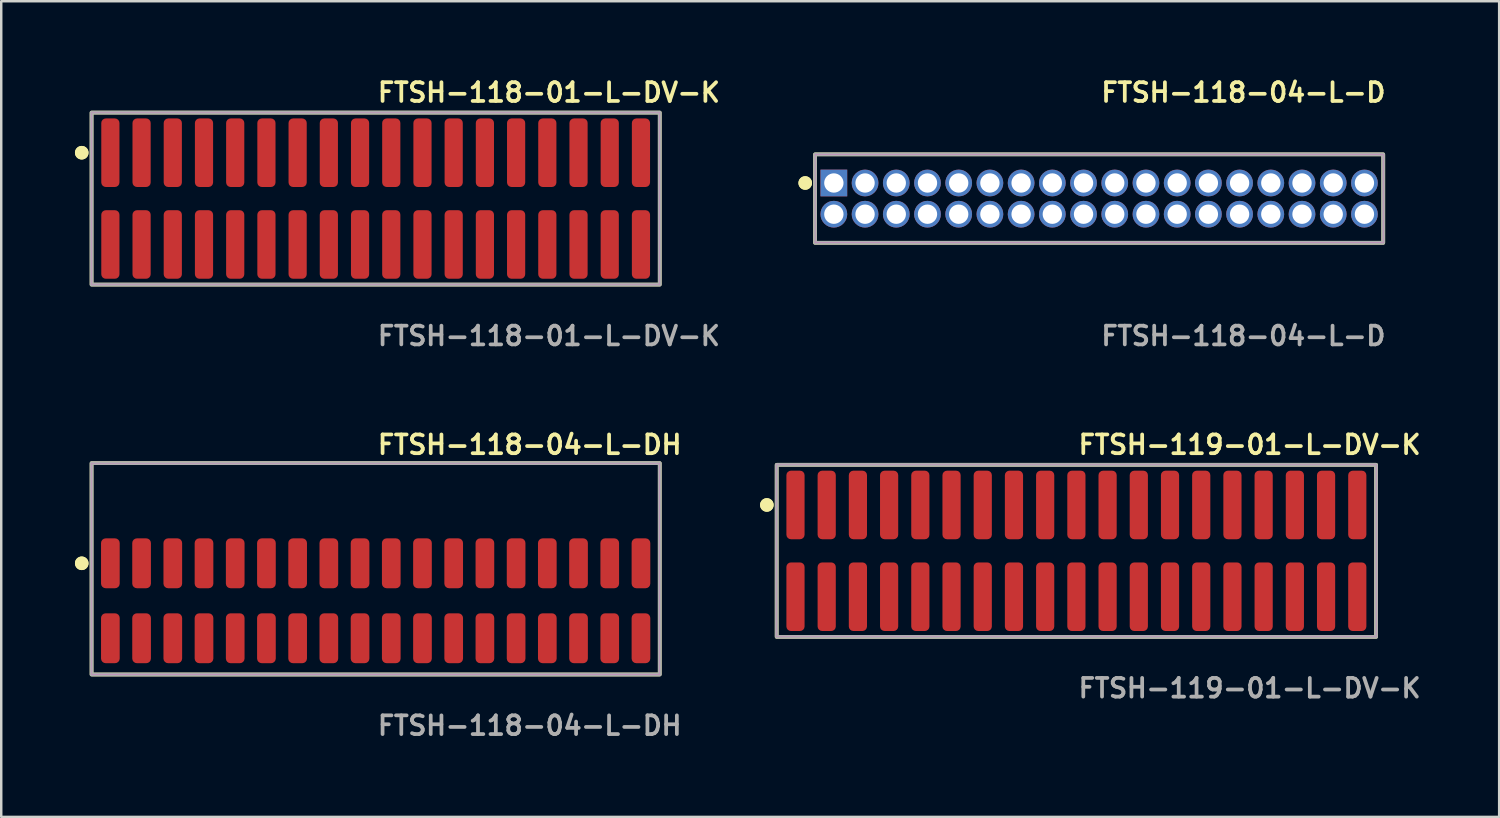
<source format=kicad_pcb>
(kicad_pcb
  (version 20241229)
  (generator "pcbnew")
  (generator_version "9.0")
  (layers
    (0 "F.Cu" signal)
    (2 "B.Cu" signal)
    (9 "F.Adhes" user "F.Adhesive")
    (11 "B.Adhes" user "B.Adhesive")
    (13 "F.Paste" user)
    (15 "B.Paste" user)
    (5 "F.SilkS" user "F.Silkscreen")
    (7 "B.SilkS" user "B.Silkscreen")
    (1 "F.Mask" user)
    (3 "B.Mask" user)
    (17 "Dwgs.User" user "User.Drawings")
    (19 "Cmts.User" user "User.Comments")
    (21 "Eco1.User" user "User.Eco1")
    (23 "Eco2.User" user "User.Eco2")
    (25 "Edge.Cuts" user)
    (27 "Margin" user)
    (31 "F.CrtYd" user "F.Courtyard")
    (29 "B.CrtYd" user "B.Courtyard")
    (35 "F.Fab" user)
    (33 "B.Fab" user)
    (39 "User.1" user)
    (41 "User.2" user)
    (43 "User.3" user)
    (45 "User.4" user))
  (footprint "FTSH-119-01-L-DV-K"
    (layer "F.Cu")
    (at 40.749 19.364)
    (property "Reference" "FTSH-119-01-L-DV-K" (at 0 -4.318 0) (unlocked yes) (layer "F.SilkS") (effects (font (size 0.762 0.762) (thickness 0.152)) (justify left)))
    (fp_rect (start -12.195 3.5) (end 12.195 -3.5) (stroke (width 0.152) (type solid)) (fill no) (layer "F.SilkS"))
    (fp_circle (center -12.595 -1.867) (end -12.795 -1.867) (stroke (width 0.152) (type solid)) (fill yes) (layer "F.SilkS"))
    (fp_circle (center -12.595 -1.867) (end -12.795 -1.867) (stroke (width 0.152) (type solid)) (fill yes) (layer "F.SilkS"))
    (fp_rect (start -12.195 3.5) (end 12.195 -3.5) (stroke (width 0.006) (type solid)) (fill no) (layer "F.CrtYd"))
    (fp_rect (start -12.195 3.5) (end 12.195 -3.5) (stroke (width 0.152) (type solid)) (fill no) (layer "F.Fab"))
    (fp_text user "${REFERENCE}" (at 0 5.588 0) (unlocked yes) (layer "F.Fab") (effects (font (size 0.762 0.762) (thickness 0.152)) (justify left)))
    (pad "1" smd roundrect (at -11.43 -1.867) (size 0.74 2.79) (layers "F.Cu" "F.Paste") (roundrect_rratio 0.25))
    (pad "2" smd roundrect (at -11.43 1.867) (size 0.74 2.79) (layers "F.Cu" "F.Paste") (roundrect_rratio 0.25))
    (pad "3" smd roundrect (at -10.16 -1.867) (size 0.74 2.79) (layers "F.Cu" "F.Paste") (roundrect_rratio 0.25))
    (pad "4" smd roundrect (at -10.16 1.867) (size 0.74 2.79) (layers "F.Cu" "F.Paste") (roundrect_rratio 0.25))
    (pad "5" smd roundrect (at -8.89 -1.867) (size 0.74 2.79) (layers "F.Cu" "F.Paste") (roundrect_rratio 0.25))
    (pad "6" smd roundrect (at -8.89 1.867) (size 0.74 2.79) (layers "F.Cu" "F.Paste") (roundrect_rratio 0.25))
    (pad "7" smd roundrect (at -7.62 -1.867) (size 0.74 2.79) (layers "F.Cu" "F.Paste") (roundrect_rratio 0.25))
    (pad "8" smd roundrect (at -7.62 1.867) (size 0.74 2.79) (layers "F.Cu" "F.Paste") (roundrect_rratio 0.25))
    (pad "9" smd roundrect (at -6.35 -1.867) (size 0.74 2.79) (layers "F.Cu" "F.Paste") (roundrect_rratio 0.25))
    (pad "10" smd roundrect (at -6.35 1.867) (size 0.74 2.79) (layers "F.Cu" "F.Paste") (roundrect_rratio 0.25))
    (pad "11" smd roundrect (at -5.08 -1.867) (size 0.74 2.79) (layers "F.Cu" "F.Paste") (roundrect_rratio 0.25))
    (pad "12" smd roundrect (at -5.08 1.867) (size 0.74 2.79) (layers "F.Cu" "F.Paste") (roundrect_rratio 0.25))
    (pad "13" smd roundrect (at -3.81 -1.867) (size 0.74 2.79) (layers "F.Cu" "F.Paste") (roundrect_rratio 0.25))
    (pad "14" smd roundrect (at -3.81 1.867) (size 0.74 2.79) (layers "F.Cu" "F.Paste") (roundrect_rratio 0.25))
    (pad "15" smd roundrect (at -2.54 -1.867) (size 0.74 2.79) (layers "F.Cu" "F.Paste") (roundrect_rratio 0.25))
    (pad "16" smd roundrect (at -2.54 1.867) (size 0.74 2.79) (layers "F.Cu" "F.Paste") (roundrect_rratio 0.25))
    (pad "17" smd roundrect (at -1.27 -1.867) (size 0.74 2.79) (layers "F.Cu" "F.Paste") (roundrect_rratio 0.25))
    (pad "18" smd roundrect (at -1.27 1.867) (size 0.74 2.79) (layers "F.Cu" "F.Paste") (roundrect_rratio 0.25))
    (pad "19" smd roundrect (at 0 -1.867) (size 0.74 2.79) (layers "F.Cu" "F.Paste") (roundrect_rratio 0.25))
    (pad "20" smd roundrect (at 0 1.867) (size 0.74 2.79) (layers "F.Cu" "F.Paste") (roundrect_rratio 0.25))
    (pad "21" smd roundrect (at 1.27 -1.867) (size 0.74 2.79) (layers "F.Cu" "F.Paste") (roundrect_rratio 0.25))
    (pad "22" smd roundrect (at 1.27 1.867) (size 0.74 2.79) (layers "F.Cu" "F.Paste") (roundrect_rratio 0.25))
    (pad "23" smd roundrect (at 2.54 -1.867) (size 0.74 2.79) (layers "F.Cu" "F.Paste") (roundrect_rratio 0.25))
    (pad "24" smd roundrect (at 2.54 1.867) (size 0.74 2.79) (layers "F.Cu" "F.Paste") (roundrect_rratio 0.25))
    (pad "25" smd roundrect (at 3.81 -1.867) (size 0.74 2.79) (layers "F.Cu" "F.Paste") (roundrect_rratio 0.25))
    (pad "26" smd roundrect (at 3.81 1.867) (size 0.74 2.79) (layers "F.Cu" "F.Paste") (roundrect_rratio 0.25))
    (pad "27" smd roundrect (at 5.08 -1.867) (size 0.74 2.79) (layers "F.Cu" "F.Paste") (roundrect_rratio 0.25))
    (pad "28" smd roundrect (at 5.08 1.867) (size 0.74 2.79) (layers "F.Cu" "F.Paste") (roundrect_rratio 0.25))
    (pad "29" smd roundrect (at 6.35 -1.867) (size 0.74 2.79) (layers "F.Cu" "F.Paste") (roundrect_rratio 0.25))
    (pad "30" smd roundrect (at 6.35 1.867) (size 0.74 2.79) (layers "F.Cu" "F.Paste") (roundrect_rratio 0.25))
    (pad "31" smd roundrect (at 7.62 -1.867) (size 0.74 2.79) (layers "F.Cu" "F.Paste") (roundrect_rratio 0.25))
    (pad "32" smd roundrect (at 7.62 1.867) (size 0.74 2.79) (layers "F.Cu" "F.Paste") (roundrect_rratio 0.25))
    (pad "33" smd roundrect (at 8.89 -1.867) (size 0.74 2.79) (layers "F.Cu" "F.Paste") (roundrect_rratio 0.25))
    (pad "34" smd roundrect (at 8.89 1.867) (size 0.74 2.79) (layers "F.Cu" "F.Paste") (roundrect_rratio 0.25))
    (pad "35" smd roundrect (at 10.16 -1.867) (size 0.74 2.79) (layers "F.Cu" "F.Paste") (roundrect_rratio 0.25))
    (pad "36" smd roundrect (at 10.16 1.867) (size 0.74 2.79) (layers "F.Cu" "F.Paste") (roundrect_rratio 0.25))
    (pad "37" smd roundrect (at 11.43 -1.867) (size 0.74 2.79) (layers "F.Cu" "F.Paste") (roundrect_rratio 0.25))
    (pad "38" smd roundrect (at 11.43 1.867) (size 0.74 2.79) (layers "F.Cu" "F.Paste") (roundrect_rratio 0.25)))
  (footprint "FTSH-118-04-L-DH"
    (layer "F.Cu")
    (at 12.236 21.396)
    (property "Reference" "FTSH-118-04-L-DH" (at 0 -6.35 0) (unlocked yes) (layer "F.SilkS") (effects (font (size 0.762 0.762) (thickness 0.152)) (justify left)))
    (fp_rect (start -11.56 3) (end 11.56 -5.6) (stroke (width 0.152) (type solid)) (fill no) (layer "F.SilkS"))
    (fp_circle (center -11.96 -1.525) (end -12.16 -1.525) (stroke (width 0.152) (type solid)) (fill yes) (layer "F.SilkS"))
    (fp_circle (center -11.96 -1.525) (end -12.16 -1.525) (stroke (width 0.152) (type solid)) (fill yes) (layer "F.SilkS"))
    (fp_rect (start -11.56 3) (end 11.56 -5.6) (stroke (width 0.006) (type solid)) (fill no) (layer "F.CrtYd"))
    (fp_rect (start -11.56 3) (end 11.56 -5.6) (stroke (width 0.152) (type solid)) (fill no) (layer "F.Fab"))
    (fp_text user "${REFERENCE}" (at 0 5.08 0) (unlocked yes) (layer "F.Fab") (effects (font (size 0.762 0.762) (thickness 0.152)) (justify left)))
    (pad "1" smd roundrect (at -10.795 -1.525) (size 0.76 2.03) (layers "F.Cu" "F.Paste") (roundrect_rratio 0.25))
    (pad "2" smd roundrect (at -10.795 1.525) (size 0.76 2.03) (layers "F.Cu" "F.Paste") (roundrect_rratio 0.25))
    (pad "3" smd roundrect (at -9.525 -1.525) (size 0.76 2.03) (layers "F.Cu" "F.Paste") (roundrect_rratio 0.25))
    (pad "4" smd roundrect (at -9.525 1.525) (size 0.76 2.03) (layers "F.Cu" "F.Paste") (roundrect_rratio 0.25))
    (pad "5" smd roundrect (at -8.255 -1.525) (size 0.76 2.03) (layers "F.Cu" "F.Paste") (roundrect_rratio 0.25))
    (pad "6" smd roundrect (at -8.255 1.525) (size 0.76 2.03) (layers "F.Cu" "F.Paste") (roundrect_rratio 0.25))
    (pad "7" smd roundrect (at -6.985 -1.525) (size 0.76 2.03) (layers "F.Cu" "F.Paste") (roundrect_rratio 0.25))
    (pad "8" smd roundrect (at -6.985 1.525) (size 0.76 2.03) (layers "F.Cu" "F.Paste") (roundrect_rratio 0.25))
    (pad "9" smd roundrect (at -5.715 -1.525) (size 0.76 2.03) (layers "F.Cu" "F.Paste") (roundrect_rratio 0.25))
    (pad "10" smd roundrect (at -5.715 1.525) (size 0.76 2.03) (layers "F.Cu" "F.Paste") (roundrect_rratio 0.25))
    (pad "11" smd roundrect (at -4.445 -1.525) (size 0.76 2.03) (layers "F.Cu" "F.Paste") (roundrect_rratio 0.25))
    (pad "12" smd roundrect (at -4.445 1.525) (size 0.76 2.03) (layers "F.Cu" "F.Paste") (roundrect_rratio 0.25))
    (pad "13" smd roundrect (at -3.175 -1.525) (size 0.76 2.03) (layers "F.Cu" "F.Paste") (roundrect_rratio 0.25))
    (pad "14" smd roundrect (at -3.175 1.525) (size 0.76 2.03) (layers "F.Cu" "F.Paste") (roundrect_rratio 0.25))
    (pad "15" smd roundrect (at -1.905 -1.525) (size 0.76 2.03) (layers "F.Cu" "F.Paste") (roundrect_rratio 0.25))
    (pad "16" smd roundrect (at -1.905 1.525) (size 0.76 2.03) (layers "F.Cu" "F.Paste") (roundrect_rratio 0.25))
    (pad "17" smd roundrect (at -0.635 -1.525) (size 0.76 2.03) (layers "F.Cu" "F.Paste") (roundrect_rratio 0.25))
    (pad "18" smd roundrect (at -0.635 1.525) (size 0.76 2.03) (layers "F.Cu" "F.Paste") (roundrect_rratio 0.25))
    (pad "19" smd roundrect (at 0.635 -1.525) (size 0.76 2.03) (layers "F.Cu" "F.Paste") (roundrect_rratio 0.25))
    (pad "20" smd roundrect (at 0.635 1.525) (size 0.76 2.03) (layers "F.Cu" "F.Paste") (roundrect_rratio 0.25))
    (pad "21" smd roundrect (at 1.905 -1.525) (size 0.76 2.03) (layers "F.Cu" "F.Paste") (roundrect_rratio 0.25))
    (pad "22" smd roundrect (at 1.905 1.525) (size 0.76 2.03) (layers "F.Cu" "F.Paste") (roundrect_rratio 0.25))
    (pad "23" smd roundrect (at 3.175 -1.525) (size 0.76 2.03) (layers "F.Cu" "F.Paste") (roundrect_rratio 0.25))
    (pad "24" smd roundrect (at 3.175 1.525) (size 0.76 2.03) (layers "F.Cu" "F.Paste") (roundrect_rratio 0.25))
    (pad "25" smd roundrect (at 4.445 -1.525) (size 0.76 2.03) (layers "F.Cu" "F.Paste") (roundrect_rratio 0.25))
    (pad "26" smd roundrect (at 4.445 1.525) (size 0.76 2.03) (layers "F.Cu" "F.Paste") (roundrect_rratio 0.25))
    (pad "27" smd roundrect (at 5.715 -1.525) (size 0.76 2.03) (layers "F.Cu" "F.Paste") (roundrect_rratio 0.25))
    (pad "28" smd roundrect (at 5.715 1.525) (size 0.76 2.03) (layers "F.Cu" "F.Paste") (roundrect_rratio 0.25))
    (pad "29" smd roundrect (at 6.985 -1.525) (size 0.76 2.03) (layers "F.Cu" "F.Paste") (roundrect_rratio 0.25))
    (pad "30" smd roundrect (at 6.985 1.525) (size 0.76 2.03) (layers "F.Cu" "F.Paste") (roundrect_rratio 0.25))
    (pad "31" smd roundrect (at 8.255 -1.525) (size 0.76 2.03) (layers "F.Cu" "F.Paste") (roundrect_rratio 0.25))
    (pad "32" smd roundrect (at 8.255 1.525) (size 0.76 2.03) (layers "F.Cu" "F.Paste") (roundrect_rratio 0.25))
    (pad "33" smd roundrect (at 9.525 -1.525) (size 0.76 2.03) (layers "F.Cu" "F.Paste") (roundrect_rratio 0.25))
    (pad "34" smd roundrect (at 9.525 1.525) (size 0.76 2.03) (layers "F.Cu" "F.Paste") (roundrect_rratio 0.25))
    (pad "35" smd roundrect (at 10.795 -1.525) (size 0.76 2.03) (layers "F.Cu" "F.Paste") (roundrect_rratio 0.25))
    (pad "36" smd roundrect (at 10.795 1.525) (size 0.76 2.03) (layers "F.Cu" "F.Paste") (roundrect_rratio 0.25)))
  (footprint "FTSH-118-01-L-DV-K"
    (layer "F.Cu")
    (at 12.236 5.031)
    (property "Reference" "FTSH-118-01-L-DV-K" (at 0 -4.318 0) (unlocked yes) (layer "F.SilkS") (effects (font (size 0.762 0.762) (thickness 0.152)) (justify left)))
    (fp_rect (start -11.56 3.5) (end 11.56 -3.5) (stroke (width 0.152) (type solid)) (fill no) (layer "F.SilkS"))
    (fp_circle (center -11.96 -1.867) (end -12.16 -1.867) (stroke (width 0.152) (type solid)) (fill yes) (layer "F.SilkS"))
    (fp_circle (center -11.96 -1.867) (end -12.16 -1.867) (stroke (width 0.152) (type solid)) (fill yes) (layer "F.SilkS"))
    (fp_rect (start -11.56 3.5) (end 11.56 -3.5) (stroke (width 0.006) (type solid)) (fill no) (layer "F.CrtYd"))
    (fp_rect (start -11.56 3.5) (end 11.56 -3.5) (stroke (width 0.152) (type solid)) (fill no) (layer "F.Fab"))
    (fp_text user "${REFERENCE}" (at 0 5.588 0) (unlocked yes) (layer "F.Fab") (effects (font (size 0.762 0.762) (thickness 0.152)) (justify left)))
    (pad "1" smd roundrect (at -10.795 -1.867) (size 0.74 2.79) (layers "F.Cu" "F.Paste") (roundrect_rratio 0.25))
    (pad "2" smd roundrect (at -10.795 1.867) (size 0.74 2.79) (layers "F.Cu" "F.Paste") (roundrect_rratio 0.25))
    (pad "3" smd roundrect (at -9.525 -1.867) (size 0.74 2.79) (layers "F.Cu" "F.Paste") (roundrect_rratio 0.25))
    (pad "4" smd roundrect (at -9.525 1.867) (size 0.74 2.79) (layers "F.Cu" "F.Paste") (roundrect_rratio 0.25))
    (pad "5" smd roundrect (at -8.255 -1.867) (size 0.74 2.79) (layers "F.Cu" "F.Paste") (roundrect_rratio 0.25))
    (pad "6" smd roundrect (at -8.255 1.867) (size 0.74 2.79) (layers "F.Cu" "F.Paste") (roundrect_rratio 0.25))
    (pad "7" smd roundrect (at -6.985 -1.867) (size 0.74 2.79) (layers "F.Cu" "F.Paste") (roundrect_rratio 0.25))
    (pad "8" smd roundrect (at -6.985 1.867) (size 0.74 2.79) (layers "F.Cu" "F.Paste") (roundrect_rratio 0.25))
    (pad "9" smd roundrect (at -5.715 -1.867) (size 0.74 2.79) (layers "F.Cu" "F.Paste") (roundrect_rratio 0.25))
    (pad "10" smd roundrect (at -5.715 1.867) (size 0.74 2.79) (layers "F.Cu" "F.Paste") (roundrect_rratio 0.25))
    (pad "11" smd roundrect (at -4.445 -1.867) (size 0.74 2.79) (layers "F.Cu" "F.Paste") (roundrect_rratio 0.25))
    (pad "12" smd roundrect (at -4.445 1.867) (size 0.74 2.79) (layers "F.Cu" "F.Paste") (roundrect_rratio 0.25))
    (pad "13" smd roundrect (at -3.175 -1.867) (size 0.74 2.79) (layers "F.Cu" "F.Paste") (roundrect_rratio 0.25))
    (pad "14" smd roundrect (at -3.175 1.867) (size 0.74 2.79) (layers "F.Cu" "F.Paste") (roundrect_rratio 0.25))
    (pad "15" smd roundrect (at -1.905 -1.867) (size 0.74 2.79) (layers "F.Cu" "F.Paste") (roundrect_rratio 0.25))
    (pad "16" smd roundrect (at -1.905 1.867) (size 0.74 2.79) (layers "F.Cu" "F.Paste") (roundrect_rratio 0.25))
    (pad "17" smd roundrect (at -0.635 -1.867) (size 0.74 2.79) (layers "F.Cu" "F.Paste") (roundrect_rratio 0.25))
    (pad "18" smd roundrect (at -0.635 1.867) (size 0.74 2.79) (layers "F.Cu" "F.Paste") (roundrect_rratio 0.25))
    (pad "19" smd roundrect (at 0.635 -1.867) (size 0.74 2.79) (layers "F.Cu" "F.Paste") (roundrect_rratio 0.25))
    (pad "20" smd roundrect (at 0.635 1.867) (size 0.74 2.79) (layers "F.Cu" "F.Paste") (roundrect_rratio 0.25))
    (pad "21" smd roundrect (at 1.905 -1.867) (size 0.74 2.79) (layers "F.Cu" "F.Paste") (roundrect_rratio 0.25))
    (pad "22" smd roundrect (at 1.905 1.867) (size 0.74 2.79) (layers "F.Cu" "F.Paste") (roundrect_rratio 0.25))
    (pad "23" smd roundrect (at 3.175 -1.867) (size 0.74 2.79) (layers "F.Cu" "F.Paste") (roundrect_rratio 0.25))
    (pad "24" smd roundrect (at 3.175 1.867) (size 0.74 2.79) (layers "F.Cu" "F.Paste") (roundrect_rratio 0.25))
    (pad "25" smd roundrect (at 4.445 -1.867) (size 0.74 2.79) (layers "F.Cu" "F.Paste") (roundrect_rratio 0.25))
    (pad "26" smd roundrect (at 4.445 1.867) (size 0.74 2.79) (layers "F.Cu" "F.Paste") (roundrect_rratio 0.25))
    (pad "27" smd roundrect (at 5.715 -1.867) (size 0.74 2.79) (layers "F.Cu" "F.Paste") (roundrect_rratio 0.25))
    (pad "28" smd roundrect (at 5.715 1.867) (size 0.74 2.79) (layers "F.Cu" "F.Paste") (roundrect_rratio 0.25))
    (pad "29" smd roundrect (at 6.985 -1.867) (size 0.74 2.79) (layers "F.Cu" "F.Paste") (roundrect_rratio 0.25))
    (pad "30" smd roundrect (at 6.985 1.867) (size 0.74 2.79) (layers "F.Cu" "F.Paste") (roundrect_rratio 0.25))
    (pad "31" smd roundrect (at 8.255 -1.867) (size 0.74 2.79) (layers "F.Cu" "F.Paste") (roundrect_rratio 0.25))
    (pad "32" smd roundrect (at 8.255 1.867) (size 0.74 2.79) (layers "F.Cu" "F.Paste") (roundrect_rratio 0.25))
    (pad "33" smd roundrect (at 9.525 -1.867) (size 0.74 2.79) (layers "F.Cu" "F.Paste") (roundrect_rratio 0.25))
    (pad "34" smd roundrect (at 9.525 1.867) (size 0.74 2.79) (layers "F.Cu" "F.Paste") (roundrect_rratio 0.25))
    (pad "35" smd roundrect (at 10.795 -1.867) (size 0.74 2.79) (layers "F.Cu" "F.Paste") (roundrect_rratio 0.25))
    (pad "36" smd roundrect (at 10.795 1.867) (size 0.74 2.79) (layers "F.Cu" "F.Paste") (roundrect_rratio 0.25)))
  (footprint "FTSH-118-04-L-D"
    (layer "F.Cu")
    (at 41.675 5.031)
    (property "Reference" "FTSH-118-04-L-D" (at 0 -4.318 0) (unlocked yes) (layer "F.SilkS") (effects (font (size 0.762 0.762) (thickness 0.152)) (justify left)))
    (fp_rect (start -11.56 1.8) (end 11.56 -1.8) (stroke (width 0.152) (type solid)) (fill no) (layer "F.SilkS"))
    (fp_circle (center -11.96 -0.635) (end -12.16 -0.635) (stroke (width 0.152) (type solid)) (fill yes) (layer "F.SilkS"))
    (fp_circle (center -11.96 -0.635) (end -12.16 -0.635) (stroke (width 0.152) (type solid)) (fill yes) (layer "F.SilkS"))
    (fp_rect (start -11.56 1.8) (end 11.56 -1.8) (stroke (width 0.006) (type solid)) (fill no) (layer "F.CrtYd"))
    (fp_rect (start -11.56 1.8) (end 11.56 -1.8) (stroke (width 0.152) (type solid)) (fill no) (layer "F.Fab"))
    (fp_text user "${REFERENCE}" (at 0 5.588 0) (unlocked yes) (layer "F.Fab") (effects (font (size 0.762 0.762) (thickness 0.152)) (justify left)))
    (pad "1" thru_hole rect (at -10.795 -0.635) (size 1.087 1.087) (drill 0.787) (layers "*.Cu" "*.Mask"))
    (pad "2" thru_hole circle (at -10.795 0.635) (size 1.087 1.087) (drill 0.787) (layers "*.Cu" "*.Mask"))
    (pad "3" thru_hole circle (at -9.525 -0.635) (size 1.087 1.087) (drill 0.787) (layers "*.Cu" "*.Mask"))
    (pad "4" thru_hole circle (at -9.525 0.635) (size 1.087 1.087) (drill 0.787) (layers "*.Cu" "*.Mask"))
    (pad "5" thru_hole circle (at -8.255 -0.635) (size 1.087 1.087) (drill 0.787) (layers "*.Cu" "*.Mask"))
    (pad "6" thru_hole circle (at -8.255 0.635) (size 1.087 1.087) (drill 0.787) (layers "*.Cu" "*.Mask"))
    (pad "7" thru_hole circle (at -6.985 -0.635) (size 1.087 1.087) (drill 0.787) (layers "*.Cu" "*.Mask"))
    (pad "8" thru_hole circle (at -6.985 0.635) (size 1.087 1.087) (drill 0.787) (layers "*.Cu" "*.Mask"))
    (pad "9" thru_hole circle (at -5.715 -0.635) (size 1.087 1.087) (drill 0.787) (layers "*.Cu" "*.Mask"))
    (pad "10" thru_hole circle (at -5.715 0.635) (size 1.087 1.087) (drill 0.787) (layers "*.Cu" "*.Mask"))
    (pad "11" thru_hole circle (at -4.445 -0.635) (size 1.087 1.087) (drill 0.787) (layers "*.Cu" "*.Mask"))
    (pad "12" thru_hole circle (at -4.445 0.635) (size 1.087 1.087) (drill 0.787) (layers "*.Cu" "*.Mask"))
    (pad "13" thru_hole circle (at -3.175 -0.635) (size 1.087 1.087) (drill 0.787) (layers "*.Cu" "*.Mask"))
    (pad "14" thru_hole circle (at -3.175 0.635) (size 1.087 1.087) (drill 0.787) (layers "*.Cu" "*.Mask"))
    (pad "15" thru_hole circle (at -1.905 -0.635) (size 1.087 1.087) (drill 0.787) (layers "*.Cu" "*.Mask"))
    (pad "16" thru_hole circle (at -1.905 0.635) (size 1.087 1.087) (drill 0.787) (layers "*.Cu" "*.Mask"))
    (pad "17" thru_hole circle (at -0.635 -0.635) (size 1.087 1.087) (drill 0.787) (layers "*.Cu" "*.Mask"))
    (pad "18" thru_hole circle (at -0.635 0.635) (size 1.087 1.087) (drill 0.787) (layers "*.Cu" "*.Mask"))
    (pad "19" thru_hole circle (at 0.635 -0.635) (size 1.087 1.087) (drill 0.787) (layers "*.Cu" "*.Mask"))
    (pad "20" thru_hole circle (at 0.635 0.635) (size 1.087 1.087) (drill 0.787) (layers "*.Cu" "*.Mask"))
    (pad "21" thru_hole circle (at 1.905 -0.635) (size 1.087 1.087) (drill 0.787) (layers "*.Cu" "*.Mask"))
    (pad "22" thru_hole circle (at 1.905 0.635) (size 1.087 1.087) (drill 0.787) (layers "*.Cu" "*.Mask"))
    (pad "23" thru_hole circle (at 3.175 -0.635) (size 1.087 1.087) (drill 0.787) (layers "*.Cu" "*.Mask"))
    (pad "24" thru_hole circle (at 3.175 0.635) (size 1.087 1.087) (drill 0.787) (layers "*.Cu" "*.Mask"))
    (pad "25" thru_hole circle (at 4.445 -0.635) (size 1.087 1.087) (drill 0.787) (layers "*.Cu" "*.Mask"))
    (pad "26" thru_hole circle (at 4.445 0.635) (size 1.087 1.087) (drill 0.787) (layers "*.Cu" "*.Mask"))
    (pad "27" thru_hole circle (at 5.715 -0.635) (size 1.087 1.087) (drill 0.787) (layers "*.Cu" "*.Mask"))
    (pad "28" thru_hole circle (at 5.715 0.635) (size 1.087 1.087) (drill 0.787) (layers "*.Cu" "*.Mask"))
    (pad "29" thru_hole circle (at 6.985 -0.635) (size 1.087 1.087) (drill 0.787) (layers "*.Cu" "*.Mask"))
    (pad "30" thru_hole circle (at 6.985 0.635) (size 1.087 1.087) (drill 0.787) (layers "*.Cu" "*.Mask"))
    (pad "31" thru_hole circle (at 8.255 -0.635) (size 1.087 1.087) (drill 0.787) (layers "*.Cu" "*.Mask"))
    (pad "32" thru_hole circle (at 8.255 0.635) (size 1.087 1.087) (drill 0.787) (layers "*.Cu" "*.Mask"))
    (pad "33" thru_hole circle (at 9.525 -0.635) (size 1.087 1.087) (drill 0.787) (layers "*.Cu" "*.Mask"))
    (pad "34" thru_hole circle (at 9.525 0.635) (size 1.087 1.087) (drill 0.787) (layers "*.Cu" "*.Mask"))
    (pad "35" thru_hole circle (at 10.795 -0.635) (size 1.087 1.087) (drill 0.787) (layers "*.Cu" "*.Mask"))
    (pad "36" thru_hole circle (at 10.795 0.635) (size 1.087 1.087) (drill 0.787) (layers "*.Cu" "*.Mask")))
  (gr_rect
    (start -3 -3)
    (end 57.952 30.189)
    (stroke (width 0.1) (type default))
    (fill no)
    (layer "Edge.Cuts")))
</source>
